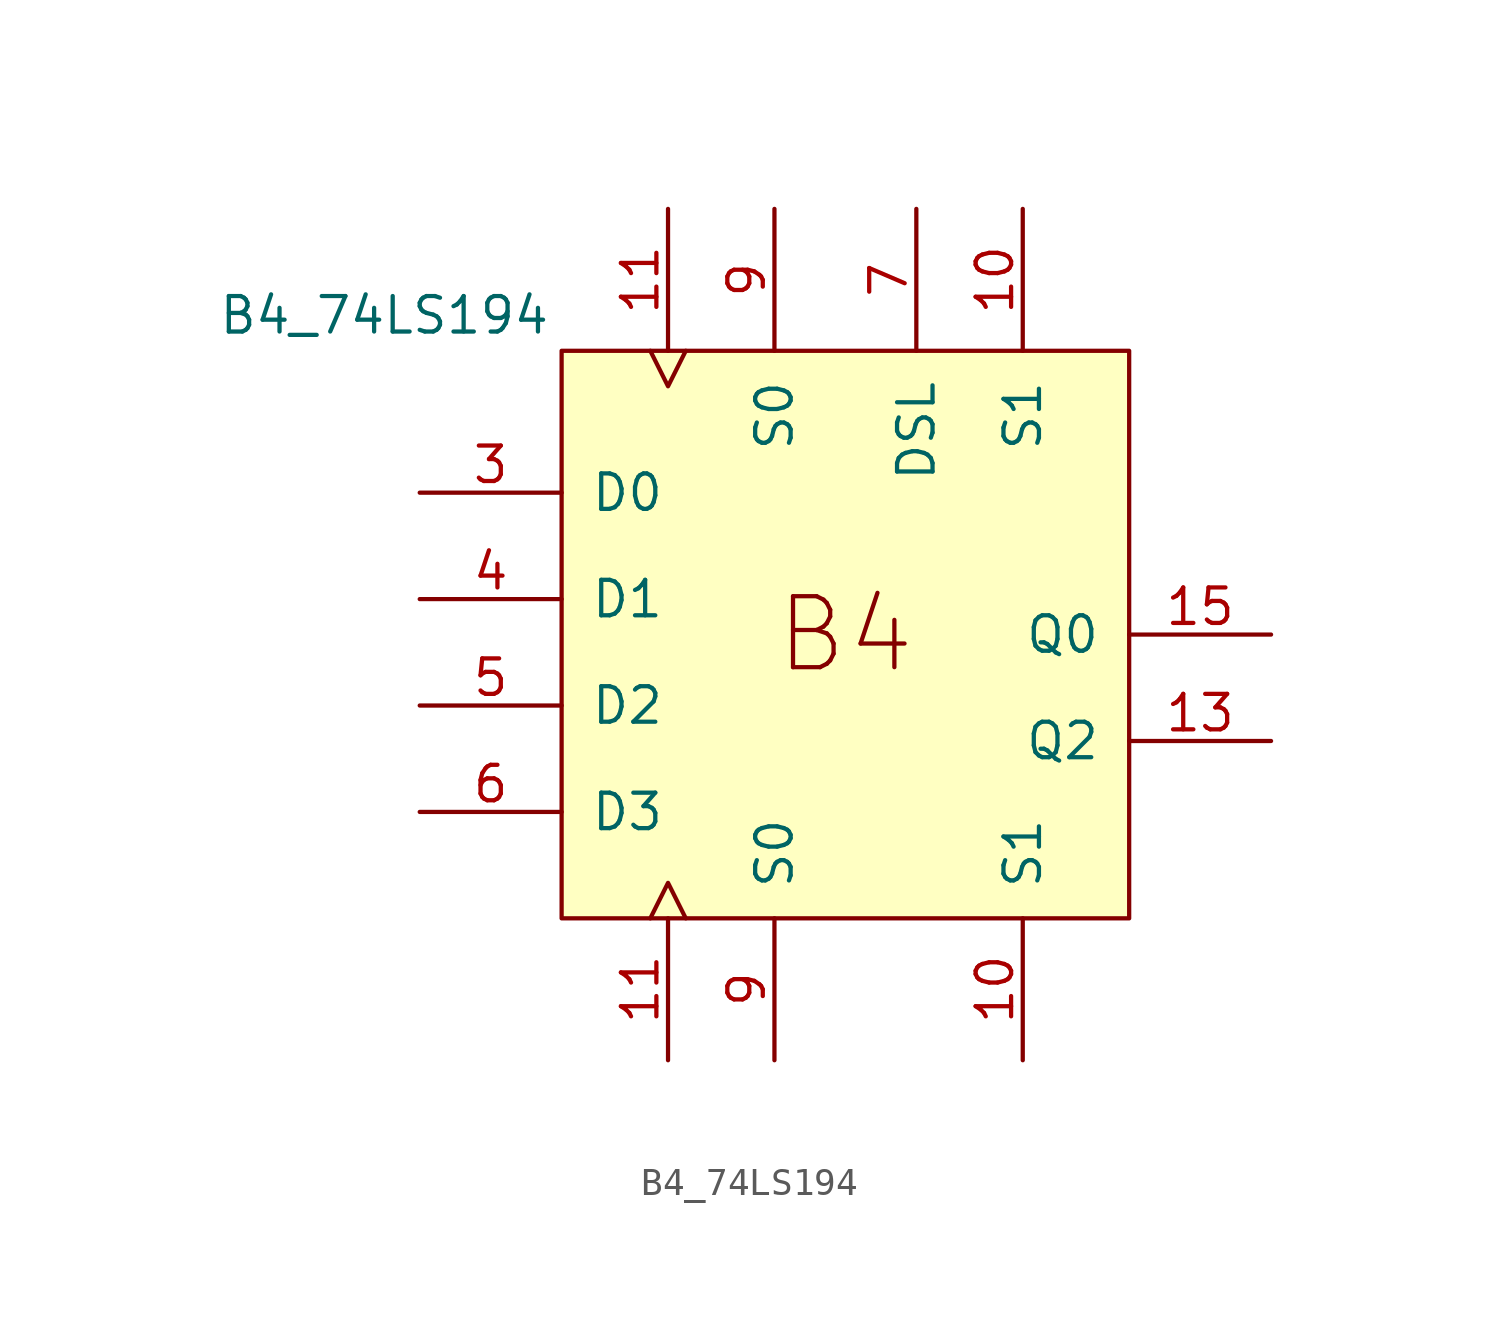
<source format=kicad_sym>
(kicad_symbol_lib
  (version 20211014)
  (generator kicad_symbol_editor)
  (symbol "B4_74LS194"
    (pin_names
      (offset 1.016))
    (property "Reference" "U"
      (at -39.37 30.48 0)
      (effects (font (size 1.27 1.27)) hide))
    (property "Value" "B4_74LS194"
      (at -6.35 1.27 0)
      (effects (font (size 1.27 1.27))))
    (symbol "B4_74LS194_0_0"
      (text "B4" (at 10.16 -10.16 0) (effects (font (size 2.54 2.54)))))
    (symbol "B4_74LS194_0_1"
      (rectangle (start 0 0) (end 20.32 -20.32) (stroke (width 0) (type default) (color 0 0 0 0)) (fill (type background))))
    (symbol "B4_74LS194_1_0"
      (pin input line (at 16.51 -25.4 90) (length 5.08) (name "S1" (effects (font (size 1.27 1.27)))) (number "10" (effects (font (size 1.27 1.27)))))
      (pin input line (at 16.51 5.08 270) (length 5.08) (name "S1" (effects (font (size 1.27 1.27)))) (number "10" (effects (font (size 1.27 1.27)))))
      (pin input clock (at 3.81 -25.4 90) (length 5.08) (name "~" (effects (font (size 1.27 1.27)))) (number "11" (effects (font (size 1.27 1.27)))))
      (pin input clock (at 3.81 5.08 270) (length 5.08) (name "~" (effects (font (size 1.27 1.27)))) (number "11" (effects (font (size 1.27 1.27)))))
      (pin output line (at 25.4 -13.97 180) (length 5.08) (name "Q2" (effects (font (size 1.27 1.27)))) (number "13" (effects (font (size 1.27 1.27)))))
      (pin output line (at 25.4 -10.16 180) (length 5.08) (name "Q0" (effects (font (size 1.27 1.27)))) (number "15" (effects (font (size 1.27 1.27)))))
      (pin input line (at -5.08 -5.08 0) (length 5.08) (name "D0" (effects (font (size 1.27 1.27)))) (number "3" (effects (font (size 1.27 1.27)))))
      (pin input line (at -5.08 -8.89 0) (length 5.08) (name "D1" (effects (font (size 1.27 1.27)))) (number "4" (effects (font (size 1.27 1.27)))))
      (pin input line (at -5.08 -12.7 0) (length 5.08) (name "D2" (effects (font (size 1.27 1.27)))) (number "5" (effects (font (size 1.27 1.27)))))
      (pin input line (at -5.08 -16.51 0) (length 5.08) (name "D3" (effects (font (size 1.27 1.27)))) (number "6" (effects (font (size 1.27 1.27)))))
      (pin input line (at 12.7 5.08 270) (length 5.08) (name "DSL" (effects (font (size 1.27 1.27)))) (number "7" (effects (font (size 1.27 1.27)))))
      (pin input line (at 7.62 -25.4 90) (length 5.08) (name "S0" (effects (font (size 1.27 1.27)))) (number "9" (effects (font (size 1.27 1.27)))))
      (pin input line (at 7.62 5.08 270) (length 5.08) (name "S0" (effects (font (size 1.27 1.27)))) (number "9" (effects (font (size 1.27 1.27))))))))
</source>
